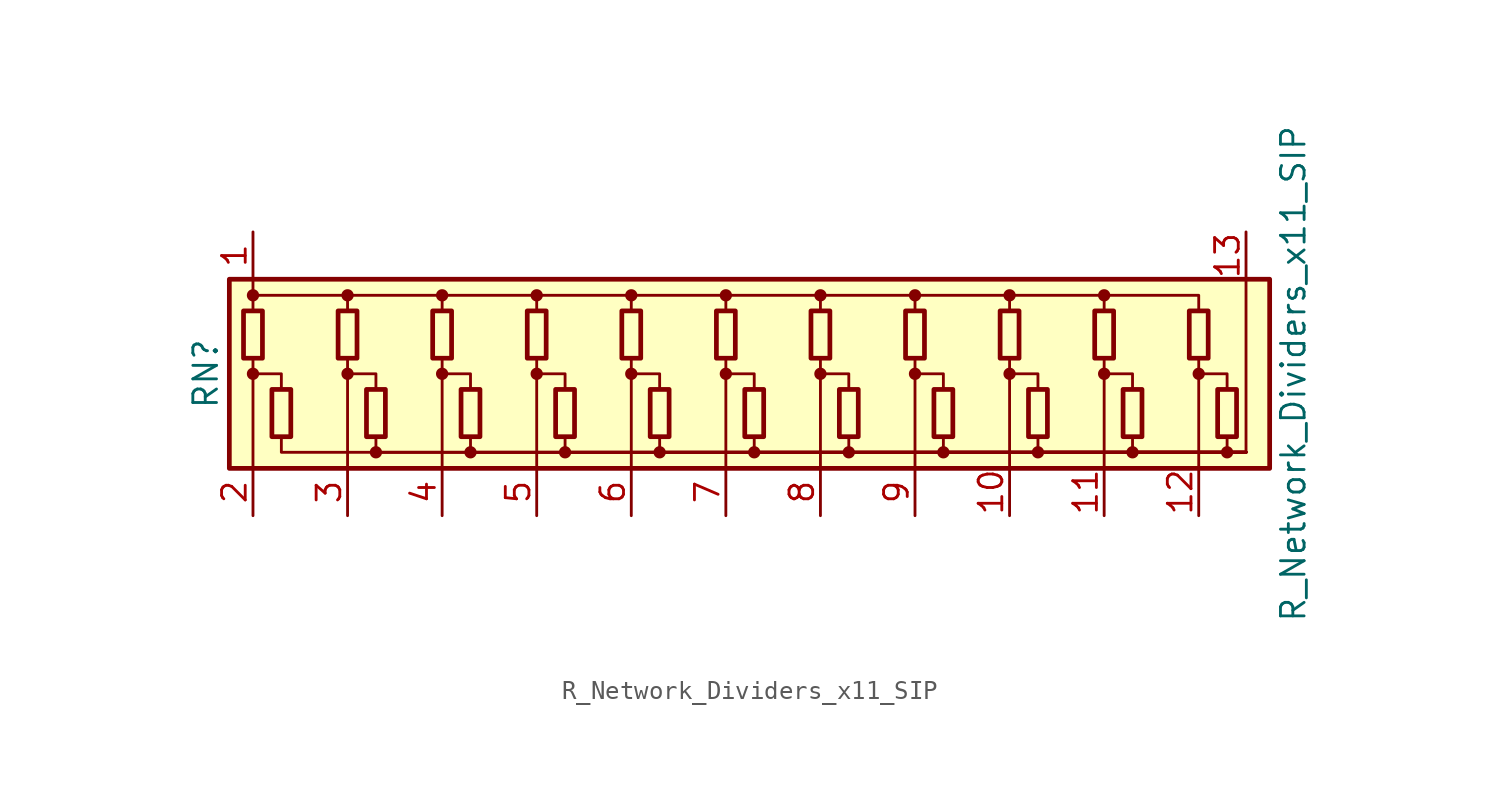
<source format=kicad_sym>
(kicad_symbol_lib
  (version 20211014)
  (generator kicad_symbol_editor)
  (symbol "R_Network_Dividers_x11_SIP"
    (pin_names
      (offset 0) hide)
    (property "Reference" "RN"
      (at -27.94 0 90)
      (effects (font (size 1.27 1.27))))
    (property "Value" "R_Network_Dividers_x11_SIP"
      (at 30.48 0 90)
      (effects (font (size 1.27 1.27))))
    (symbol "R_Network_Dividers_x11_SIP_0_1"
      (rectangle (start -26.67 -5.08) (end 29.21 5.08) (stroke (width 0.254) (type default) (color 0 0 0 0)) (fill (type background)))
      (rectangle (start -25.908 3.378) (end -24.892 0.838) (stroke (width 0.254) (type default) (color 0 0 0 0)) (fill (type none)))
      (circle (center -25.4 0) (radius 0.254) (stroke (width 0) (type default) (color 0 0 0 0)) (fill (type outline)))
      (circle (center -25.4 4.216) (radius 0.254) (stroke (width 0) (type default) (color 0 0 0 0)) (fill (type outline)))
      (rectangle (start -24.384 -3.378) (end -23.368 -0.838) (stroke (width 0.254) (type default) (color 0 0 0 0)) (fill (type none)))
      (rectangle (start -20.828 3.378) (end -19.812 0.838) (stroke (width 0.254) (type default) (color 0 0 0 0)) (fill (type none)))
      (circle (center -20.32 0) (radius 0.254) (stroke (width 0) (type default) (color 0 0 0 0)) (fill (type outline)))
      (circle (center -20.32 4.216) (radius 0.254) (stroke (width 0) (type default) (color 0 0 0 0)) (fill (type outline)))
      (rectangle (start -19.304 -3.378) (end -18.288 -0.838) (stroke (width 0.254) (type default) (color 0 0 0 0)) (fill (type none)))
      (circle (center -18.796 -4.216) (radius 0.254) (stroke (width 0) (type default) (color 0 0 0 0)) (fill (type outline)))
      (rectangle (start -15.748 3.378) (end -14.732 0.838) (stroke (width 0.254) (type default) (color 0 0 0 0)) (fill (type none)))
      (circle (center -15.24 0) (radius 0.254) (stroke (width 0) (type default) (color 0 0 0 0)) (fill (type outline)))
      (circle (center -15.24 4.216) (radius 0.254) (stroke (width 0) (type default) (color 0 0 0 0)) (fill (type outline)))
      (rectangle (start -14.224 -3.378) (end -13.208 -0.838) (stroke (width 0.254) (type default) (color 0 0 0 0)) (fill (type none)))
      (circle (center -13.716 -4.216) (radius 0.254) (stroke (width 0) (type default) (color 0 0 0 0)) (fill (type outline)))
      (rectangle (start -10.668 3.378) (end -9.652 0.838) (stroke (width 0.254) (type default) (color 0 0 0 0)) (fill (type none)))
      (circle (center -10.16 0) (radius 0.254) (stroke (width 0) (type default) (color 0 0 0 0)) (fill (type outline)))
      (circle (center -10.16 4.216) (radius 0.254) (stroke (width 0) (type default) (color 0 0 0 0)) (fill (type outline)))
      (rectangle (start -9.144 -3.378) (end -8.128 -0.838) (stroke (width 0.254) (type default) (color 0 0 0 0)) (fill (type none)))
      (circle (center -8.636 -4.216) (radius 0.254) (stroke (width 0) (type default) (color 0 0 0 0)) (fill (type outline)))
      (rectangle (start -5.588 3.378) (end -4.572 0.838) (stroke (width 0.254) (type default) (color 0 0 0 0)) (fill (type none)))
      (circle (center -5.08 0) (radius 0.254) (stroke (width 0) (type default) (color 0 0 0 0)) (fill (type outline)))
      (circle (center -5.08 4.216) (radius 0.254) (stroke (width 0) (type default) (color 0 0 0 0)) (fill (type outline)))
      (rectangle (start -4.064 -3.378) (end -3.048 -0.838) (stroke (width 0.254) (type default) (color 0 0 0 0)) (fill (type none)))
      (circle (center -3.556 -4.216) (radius 0.254) (stroke (width 0) (type default) (color 0 0 0 0)) (fill (type outline)))
      (rectangle (start -0.508 3.378) (end 0.508 0.838) (stroke (width 0.254) (type default) (color 0 0 0 0)) (fill (type none)))
      (polyline (pts (xy -25.4 -5.08) (xy -25.4 0.838)) (stroke (width 0) (type default) (color 0 0 0 0)) (fill (type none)))
      (polyline (pts (xy -25.4 5.08) (xy -25.4 3.378)) (stroke (width 0) (type default) (color 0 0 0 0)) (fill (type none)))
      (polyline (pts (xy -20.32 -5.08) (xy -20.32 0.838)) (stroke (width 0) (type default) (color 0 0 0 0)) (fill (type none)))
      (polyline (pts (xy -15.24 -5.08) (xy -15.24 0.838)) (stroke (width 0) (type default) (color 0 0 0 0)) (fill (type none)))
      (polyline (pts (xy -10.16 -5.08) (xy -10.16 0.838)) (stroke (width 0) (type default) (color 0 0 0 0)) (fill (type none)))
      (polyline (pts (xy -5.08 -5.08) (xy -5.08 0.838)) (stroke (width 0) (type default) (color 0 0 0 0)) (fill (type none)))
      (polyline (pts (xy 0 -5.08) (xy 0 0.838)) (stroke (width 0) (type default) (color 0 0 0 0)) (fill (type none)))
      (polyline (pts (xy 5.08 -5.08) (xy 5.08 0.838)) (stroke (width 0) (type default) (color 0 0 0 0)) (fill (type none)))
      (polyline (pts (xy 10.16 -5.08) (xy 10.16 0.838)) (stroke (width 0) (type default) (color 0 0 0 0)) (fill (type none)))
      (polyline (pts (xy 15.24 -5.08) (xy 15.24 0.838)) (stroke (width 0) (type default) (color 0 0 0 0)) (fill (type none)))
      (polyline (pts (xy 20.32 -5.08) (xy 20.32 0.838)) (stroke (width 0) (type default) (color 0 0 0 0)) (fill (type none)))
      (polyline (pts (xy 25.4 -5.08) (xy 25.4 0.838)) (stroke (width 0) (type default) (color 0 0 0 0)) (fill (type none)))
      (polyline (pts (xy 27.94 -4.216) (xy 27.94 5.08)) (stroke (width 0) (type default) (color 0 0 0 0)) (fill (type none)))
      (polyline (pts (xy -25.4 0) (xy -23.876 0) (xy -23.876 -0.838)) (stroke (width 0) (type default) (color 0 0 0 0)) (fill (type none)))
      (polyline (pts (xy -25.4 4.216) (xy -20.32 4.216) (xy -20.32 3.378)) (stroke (width 0) (type default) (color 0 0 0 0)) (fill (type none)))
      (polyline (pts (xy -23.876 -3.378) (xy -23.876 -4.216) (xy 27.94 -4.216)) (stroke (width 0) (type default) (color 0 0 0 0)) (fill (type none)))
      (polyline (pts (xy -20.32 0) (xy -18.796 0) (xy -18.796 -0.838)) (stroke (width 0) (type default) (color 0 0 0 0)) (fill (type none)))
      (polyline (pts (xy -20.32 4.216) (xy -15.24 4.216) (xy -15.24 3.378)) (stroke (width 0) (type default) (color 0 0 0 0)) (fill (type none)))
      (polyline (pts (xy -18.796 -3.378) (xy -18.796 -4.216) (xy 27.94 -4.216)) (stroke (width 0) (type default) (color 0 0 0 0)) (fill (type none)))
      (polyline (pts (xy -15.24 0) (xy -13.716 0) (xy -13.716 -0.838)) (stroke (width 0) (type default) (color 0 0 0 0)) (fill (type none)))
      (polyline (pts (xy -15.24 4.216) (xy -10.16 4.216) (xy -10.16 3.378)) (stroke (width 0) (type default) (color 0 0 0 0)) (fill (type none)))
      (polyline (pts (xy -13.716 -3.378) (xy -13.716 -4.216) (xy 27.94 -4.216)) (stroke (width 0) (type default) (color 0 0 0 0)) (fill (type none)))
      (polyline (pts (xy -10.16 0) (xy -8.636 0) (xy -8.636 -0.838)) (stroke (width 0) (type default) (color 0 0 0 0)) (fill (type none)))
      (polyline (pts (xy -10.16 4.216) (xy -5.08 4.216) (xy -5.08 3.378)) (stroke (width 0) (type default) (color 0 0 0 0)) (fill (type none)))
      (polyline (pts (xy -8.636 -3.378) (xy -8.636 -4.216) (xy 27.94 -4.216)) (stroke (width 0) (type default) (color 0 0 0 0)) (fill (type none)))
      (polyline (pts (xy -5.08 0) (xy -3.556 0) (xy -3.556 -0.838)) (stroke (width 0) (type default) (color 0 0 0 0)) (fill (type none)))
      (polyline (pts (xy -5.08 4.216) (xy 0 4.216) (xy 0 3.378)) (stroke (width 0) (type default) (color 0 0 0 0)) (fill (type none)))
      (polyline (pts (xy -3.556 -3.378) (xy -3.556 -4.216) (xy 27.94 -4.216)) (stroke (width 0) (type default) (color 0 0 0 0)) (fill (type none)))
      (polyline (pts (xy 0 0) (xy 1.524 0) (xy 1.524 -0.838)) (stroke (width 0) (type default) (color 0 0 0 0)) (fill (type none)))
      (polyline (pts (xy 0 4.216) (xy 5.08 4.216) (xy 5.08 3.378)) (stroke (width 0) (type default) (color 0 0 0 0)) (fill (type none)))
      (polyline (pts (xy 1.524 -3.378) (xy 1.524 -4.216) (xy 27.94 -4.216)) (stroke (width 0) (type default) (color 0 0 0 0)) (fill (type none)))
      (polyline (pts (xy 5.08 0) (xy 6.604 0) (xy 6.604 -0.838)) (stroke (width 0) (type default) (color 0 0 0 0)) (fill (type none)))
      (polyline (pts (xy 5.08 4.216) (xy 10.16 4.216) (xy 10.16 3.378)) (stroke (width 0) (type default) (color 0 0 0 0)) (fill (type none)))
      (polyline (pts (xy 6.604 -3.378) (xy 6.604 -4.216) (xy 27.94 -4.216)) (stroke (width 0) (type default) (color 0 0 0 0)) (fill (type none)))
      (polyline (pts (xy 10.16 0) (xy 11.684 0) (xy 11.684 -0.838)) (stroke (width 0) (type default) (color 0 0 0 0)) (fill (type none)))
      (polyline (pts (xy 10.16 4.216) (xy 15.24 4.216) (xy 15.24 3.378)) (stroke (width 0) (type default) (color 0 0 0 0)) (fill (type none)))
      (polyline (pts (xy 11.684 -3.378) (xy 11.684 -4.216) (xy 27.94 -4.216)) (stroke (width 0) (type default) (color 0 0 0 0)) (fill (type none)))
      (polyline (pts (xy 15.24 0) (xy 16.764 0) (xy 16.764 -0.838)) (stroke (width 0) (type default) (color 0 0 0 0)) (fill (type none)))
      (polyline (pts (xy 15.24 4.216) (xy 20.32 4.216) (xy 20.32 3.378)) (stroke (width 0) (type default) (color 0 0 0 0)) (fill (type none)))
      (polyline (pts (xy 16.764 -3.378) (xy 16.764 -4.216) (xy 27.94 -4.216)) (stroke (width 0) (type default) (color 0 0 0 0)) (fill (type none)))
      (polyline (pts (xy 20.32 0) (xy 21.844 0) (xy 21.844 -0.838)) (stroke (width 0) (type default) (color 0 0 0 0)) (fill (type none)))
      (polyline (pts (xy 20.32 4.216) (xy 25.4 4.216) (xy 25.4 3.378)) (stroke (width 0) (type default) (color 0 0 0 0)) (fill (type none)))
      (polyline (pts (xy 21.844 -3.378) (xy 21.844 -4.216) (xy 27.94 -4.216)) (stroke (width 0) (type default) (color 0 0 0 0)) (fill (type none)))
      (polyline (pts (xy 25.4 0) (xy 26.924 0) (xy 26.924 -0.838)) (stroke (width 0) (type default) (color 0 0 0 0)) (fill (type none)))
      (polyline (pts (xy 26.924 -3.378) (xy 26.924 -4.216) (xy 27.94 -4.216)) (stroke (width 0) (type default) (color 0 0 0 0)) (fill (type none)))
      (circle (center 0 0) (radius 0.254) (stroke (width 0) (type default) (color 0 0 0 0)) (fill (type outline)))
      (circle (center 0 4.216) (radius 0.254) (stroke (width 0) (type default) (color 0 0 0 0)) (fill (type outline)))
      (rectangle (start 1.016 -3.378) (end 2.032 -0.838) (stroke (width 0.254) (type default) (color 0 0 0 0)) (fill (type none)))
      (circle (center 1.524 -4.216) (radius 0.254) (stroke (width 0) (type default) (color 0 0 0 0)) (fill (type outline)))
      (rectangle (start 4.572 3.378) (end 5.588 0.838) (stroke (width 0.254) (type default) (color 0 0 0 0)) (fill (type none)))
      (circle (center 5.08 0) (radius 0.254) (stroke (width 0) (type default) (color 0 0 0 0)) (fill (type outline)))
      (circle (center 5.08 4.216) (radius 0.254) (stroke (width 0) (type default) (color 0 0 0 0)) (fill (type outline)))
      (rectangle (start 6.096 -3.378) (end 7.112 -0.838) (stroke (width 0.254) (type default) (color 0 0 0 0)) (fill (type none)))
      (circle (center 6.604 -4.216) (radius 0.254) (stroke (width 0) (type default) (color 0 0 0 0)) (fill (type outline)))
      (rectangle (start 9.652 3.378) (end 10.668 0.838) (stroke (width 0.254) (type default) (color 0 0 0 0)) (fill (type none)))
      (circle (center 10.16 0) (radius 0.254) (stroke (width 0) (type default) (color 0 0 0 0)) (fill (type outline)))
      (circle (center 10.16 4.216) (radius 0.254) (stroke (width 0) (type default) (color 0 0 0 0)) (fill (type outline)))
      (rectangle (start 11.176 -3.378) (end 12.192 -0.838) (stroke (width 0.254) (type default) (color 0 0 0 0)) (fill (type none)))
      (circle (center 11.684 -4.216) (radius 0.254) (stroke (width 0) (type default) (color 0 0 0 0)) (fill (type outline)))
      (rectangle (start 14.732 3.378) (end 15.748 0.838) (stroke (width 0.254) (type default) (color 0 0 0 0)) (fill (type none)))
      (circle (center 15.24 0) (radius 0.254) (stroke (width 0) (type default) (color 0 0 0 0)) (fill (type outline)))
      (circle (center 15.24 4.216) (radius 0.254) (stroke (width 0) (type default) (color 0 0 0 0)) (fill (type outline)))
      (rectangle (start 16.256 -3.378) (end 17.272 -0.838) (stroke (width 0.254) (type default) (color 0 0 0 0)) (fill (type none)))
      (circle (center 16.764 -4.216) (radius 0.254) (stroke (width 0) (type default) (color 0 0 0 0)) (fill (type outline)))
      (rectangle (start 19.812 3.378) (end 20.828 0.838) (stroke (width 0.254) (type default) (color 0 0 0 0)) (fill (type none)))
      (circle (center 20.32 0) (radius 0.254) (stroke (width 0) (type default) (color 0 0 0 0)) (fill (type outline)))
      (circle (center 20.32 4.216) (radius 0.254) (stroke (width 0) (type default) (color 0 0 0 0)) (fill (type outline)))
      (rectangle (start 21.336 -3.378) (end 22.352 -0.838) (stroke (width 0.254) (type default) (color 0 0 0 0)) (fill (type none)))
      (circle (center 21.844 -4.216) (radius 0.254) (stroke (width 0) (type default) (color 0 0 0 0)) (fill (type outline)))
      (rectangle (start 24.892 3.378) (end 25.908 0.838) (stroke (width 0.254) (type default) (color 0 0 0 0)) (fill (type none)))
      (circle (center 25.4 0) (radius 0.254) (stroke (width 0) (type default) (color 0 0 0 0)) (fill (type outline)))
      (rectangle (start 26.416 -3.378) (end 27.432 -0.838) (stroke (width 0.254) (type default) (color 0 0 0 0)) (fill (type none)))
      (circle (center 26.924 -4.216) (radius 0.254) (stroke (width 0) (type default) (color 0 0 0 0)) (fill (type outline))))
    (symbol "R_Network_Dividers_x11_SIP_1_1"
      (pin passive line (at -25.4 7.62 270) (length 2.54) (name "COM1" (effects (font (size 1.27 1.27)))) (number "1" (effects (font (size 1.27 1.27)))))
      (pin passive line (at 15.24 -7.62 90) (length 2.54) (name "R9" (effects (font (size 1.27 1.27)))) (number "10" (effects (font (size 1.27 1.27)))))
      (pin passive line (at 20.32 -7.62 90) (length 2.54) (name "R10" (effects (font (size 1.27 1.27)))) (number "11" (effects (font (size 1.27 1.27)))))
      (pin passive line (at 25.4 -7.62 90) (length 2.54) (name "R11" (effects (font (size 1.27 1.27)))) (number "12" (effects (font (size 1.27 1.27)))))
      (pin passive line (at 27.94 7.62 270) (length 2.54) (name "COM2" (effects (font (size 1.27 1.27)))) (number "13" (effects (font (size 1.27 1.27)))))
      (pin passive line (at -25.4 -7.62 90) (length 2.54) (name "R1" (effects (font (size 1.27 1.27)))) (number "2" (effects (font (size 1.27 1.27)))))
      (pin passive line (at -20.32 -7.62 90) (length 2.54) (name "R2" (effects (font (size 1.27 1.27)))) (number "3" (effects (font (size 1.27 1.27)))))
      (pin passive line (at -15.24 -7.62 90) (length 2.54) (name "R3" (effects (font (size 1.27 1.27)))) (number "4" (effects (font (size 1.27 1.27)))))
      (pin passive line (at -10.16 -7.62 90) (length 2.54) (name "R4" (effects (font (size 1.27 1.27)))) (number "5" (effects (font (size 1.27 1.27)))))
      (pin passive line (at -5.08 -7.62 90) (length 2.54) (name "R5" (effects (font (size 1.27 1.27)))) (number "6" (effects (font (size 1.27 1.27)))))
      (pin passive line (at 0 -7.62 90) (length 2.54) (name "R6" (effects (font (size 1.27 1.27)))) (number "7" (effects (font (size 1.27 1.27)))))
      (pin passive line (at 5.08 -7.62 90) (length 2.54) (name "R7" (effects (font (size 1.27 1.27)))) (number "8" (effects (font (size 1.27 1.27)))))
      (pin passive line (at 10.16 -7.62 90) (length 2.54) (name "R8" (effects (font (size 1.27 1.27)))) (number "9" (effects (font (size 1.27 1.27))))))))
</source>
